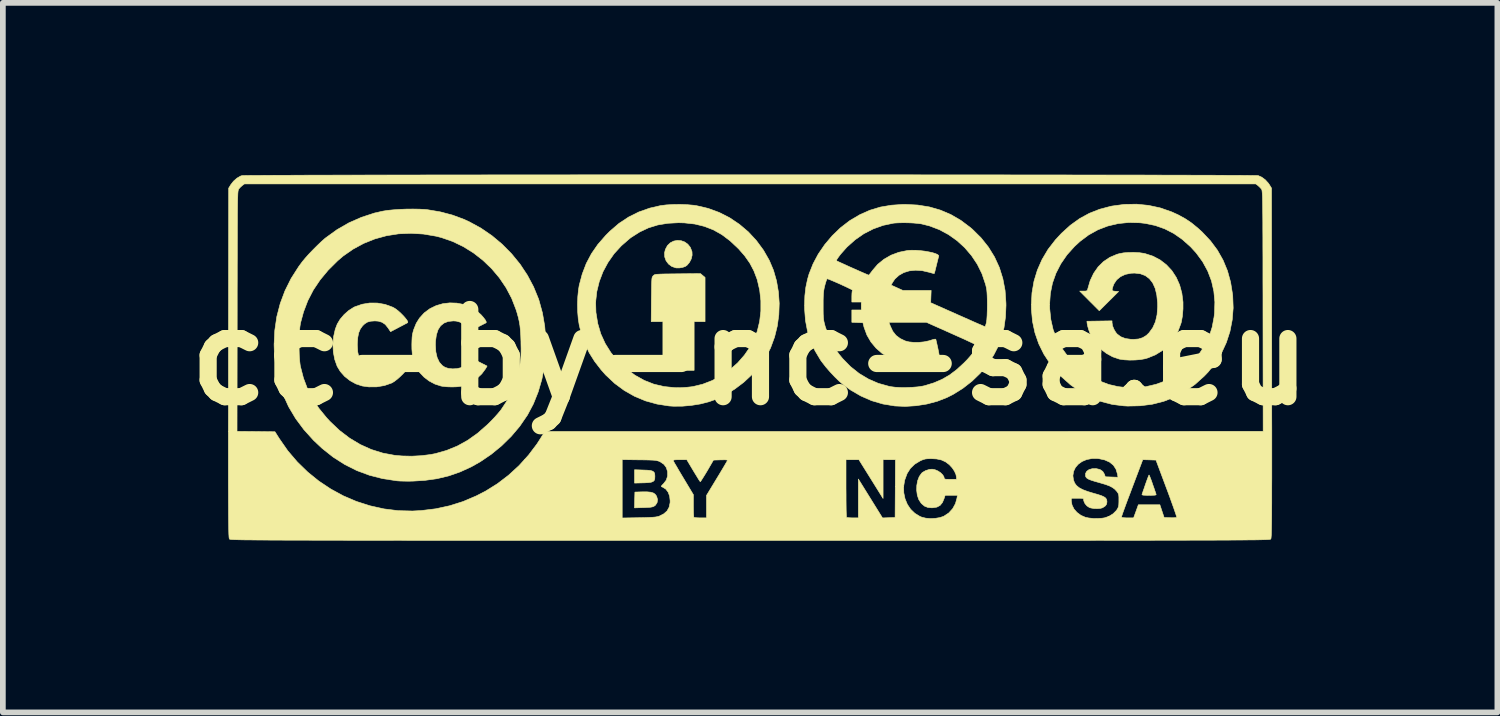
<source format=kicad_pcb>
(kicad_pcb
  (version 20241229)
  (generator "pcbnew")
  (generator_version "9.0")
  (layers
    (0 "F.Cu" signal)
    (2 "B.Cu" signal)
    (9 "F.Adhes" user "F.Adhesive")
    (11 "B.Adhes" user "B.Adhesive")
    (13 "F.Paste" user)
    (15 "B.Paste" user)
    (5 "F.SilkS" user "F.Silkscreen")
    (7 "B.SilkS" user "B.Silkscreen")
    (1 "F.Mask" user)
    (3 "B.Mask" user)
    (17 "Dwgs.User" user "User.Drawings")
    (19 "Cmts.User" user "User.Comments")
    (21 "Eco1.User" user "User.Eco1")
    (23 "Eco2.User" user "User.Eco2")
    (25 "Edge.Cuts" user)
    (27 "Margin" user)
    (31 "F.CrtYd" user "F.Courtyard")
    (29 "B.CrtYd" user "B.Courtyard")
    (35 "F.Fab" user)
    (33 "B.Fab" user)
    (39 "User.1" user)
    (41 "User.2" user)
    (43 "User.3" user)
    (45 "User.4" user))
  (footprint "cc-by-nc-sa.eu"
    (layer "F.Cu")
    (at 10.058 3.193)
    (property "Reference" "cc-by-nc-sa.eu" (at 0 0 0) (layer "F.SilkS") (effects (font (size 1.524 1.524) (thickness 0.3))))
    (attr through_hole)
    (fp_poly (pts (xy -1.868 1.971) (xy -1.791 1.974) (xy -1.736 1.98) (xy -1.7 1.992) (xy -1.678 2.01) (xy -1.667 2.037) (xy -1.664 2.076) (xy -1.664 2.083) (xy -1.666 2.123) (xy -1.675 2.152) (xy -1.695 2.171) (xy -1.729 2.184) (xy -1.781 2.191) (xy -1.854 2.195) (xy -1.868 2.195) (xy -2.019 2.199) (xy -2.019 1.966) (xy -1.868 1.971)) (stroke (width 0.01) (type solid)) (fill yes) (layer "F.SilkS"))
    (fp_poly (pts (xy -1.739 2.358) (xy -1.693 2.371) (xy -1.661 2.392) (xy -1.638 2.422) (xy -1.633 2.431) (xy -1.617 2.487) (xy -1.625 2.54) (xy -1.654 2.585) (xy -1.668 2.596) (xy -1.686 2.607) (xy -1.709 2.615) (xy -1.741 2.621) (xy -1.788 2.624) (xy -1.854 2.627) (xy -1.862 2.627) (xy -2.02 2.632) (xy -2.017 2.494) (xy -2.013 2.356) (xy -1.885 2.352) (xy -1.801 2.352) (xy -1.739 2.358)) (stroke (width 0.01) (type solid)) (fill yes) (layer "F.SilkS"))
    (fp_poly (pts (xy -1.206 -2.037) (xy -1.144 -2.015) (xy -1.089 -1.976) (xy -1.045 -1.921) (xy -1.017 -1.85) (xy -1.015 -1.843) (xy -1.013 -1.783) (xy -1.029 -1.717) (xy -1.061 -1.656) (xy -1.103 -1.607) (xy -1.132 -1.587) (xy -1.177 -1.571) (xy -1.233 -1.561) (xy -1.286 -1.561) (xy -1.296 -1.562) (xy -1.367 -1.586) (xy -1.425 -1.629) (xy -1.468 -1.686) (xy -1.492 -1.753) (xy -1.495 -1.825) (xy -1.48 -1.885) (xy -1.444 -1.952) (xy -1.394 -2) (xy -1.335 -2.03) (xy -1.271 -2.042) (xy -1.206 -2.037)) (stroke (width 0.01) (type solid)) (fill yes) (layer "F.SilkS"))
    (fp_poly (pts (xy -0.827 -1.428) (xy -0.787 -1.395) (xy -0.787 -0.622) (xy -0.978 -0.622) (xy -0.978 0.229) (xy -1.524 0.229) (xy -1.524 -0.622) (xy -1.728 -0.622) (xy -1.725 -1.009) (xy -1.723 -1.119) (xy -1.722 -1.205) (xy -1.721 -1.272) (xy -1.719 -1.323) (xy -1.717 -1.359) (xy -1.714 -1.384) (xy -1.709 -1.401) (xy -1.703 -1.412) (xy -1.696 -1.421) (xy -1.692 -1.425) (xy -1.683 -1.433) (xy -1.674 -1.44) (xy -1.66 -1.445) (xy -1.639 -1.449) (xy -1.609 -1.451) (xy -1.567 -1.453) (xy -1.509 -1.455) (xy -1.433 -1.456) (xy -1.336 -1.457) (xy -1.265 -1.458) (xy -0.867 -1.462) (xy -0.827 -1.428)) (stroke (width 0.01) (type solid)) (fill yes) (layer "F.SilkS"))
    (fp_poly (pts (xy 6.979 2.069) (xy 6.991 2.1) (xy 7.009 2.146) (xy 7.029 2.203) (xy 7.034 2.219) (xy 7.056 2.28) (xy 7.074 2.333) (xy 7.088 2.373) (xy 7.095 2.395) (xy 7.096 2.397) (xy 7.093 2.405) (xy 7.073 2.41) (xy 7.035 2.412) (xy 6.974 2.413) (xy 6.972 2.413) (xy 6.911 2.412) (xy 6.872 2.41) (xy 6.852 2.405) (xy 6.848 2.397) (xy 6.848 2.397) (xy 6.855 2.38) (xy 6.867 2.343) (xy 6.885 2.293) (xy 6.905 2.233) (xy 6.91 2.219) (xy 6.931 2.16) (xy 6.949 2.111) (xy 6.963 2.075) (xy 6.971 2.058) (xy 6.972 2.058) (xy 6.979 2.069)) (stroke (width 0.01) (type solid)) (fill yes) (layer "F.SilkS"))
    (fp_poly (pts (xy -6.512 -0.947) (xy -6.378 -0.923) (xy -6.251 -0.877) (xy -6.23 -0.867) (xy -6.192 -0.843) (xy -6.149 -0.81) (xy -6.104 -0.769) (xy -6.062 -0.727) (xy -6.025 -0.685) (xy -5.997 -0.649) (xy -5.982 -0.621) (xy -5.983 -0.605) (xy -5.995 -0.598) (xy -6.026 -0.582) (xy -6.071 -0.558) (xy -6.125 -0.53) (xy -6.136 -0.524) (xy -6.283 -0.447) (xy -6.326 -0.512) (xy -6.375 -0.573) (xy -6.431 -0.611) (xy -6.498 -0.631) (xy -6.557 -0.635) (xy -6.63 -0.63) (xy -6.686 -0.615) (xy -6.734 -0.585) (xy -6.772 -0.549) (xy -6.812 -0.493) (xy -6.84 -0.427) (xy -6.856 -0.346) (xy -6.863 -0.247) (xy -6.864 -0.216) (xy -6.857 -0.096) (xy -6.836 0.004) (xy -6.8 0.082) (xy -6.75 0.141) (xy -6.684 0.18) (xy -6.603 0.2) (xy -6.553 0.203) (xy -6.463 0.191) (xy -6.384 0.158) (xy -6.319 0.105) (xy -6.272 0.036) (xy -6.255 0.002) (xy -6.112 0.078) (xy -5.969 0.154) (xy -5.99 0.195) (xy -6.017 0.235) (xy -6.06 0.284) (xy -6.112 0.335) (xy -6.167 0.384) (xy -6.219 0.424) (xy -6.263 0.45) (xy -6.263 0.45) (xy -6.389 0.494) (xy -6.524 0.517) (xy -6.662 0.518) (xy -6.778 0.502) (xy -6.888 0.466) (xy -6.991 0.409) (xy -7.084 0.336) (xy -7.161 0.249) (xy -7.216 0.158) (xy -7.258 0.04) (xy -7.283 -0.09) (xy -7.29 -0.226) (xy -7.278 -0.361) (xy -7.249 -0.49) (xy -7.214 -0.581) (xy -7.164 -0.664) (xy -7.095 -0.745) (xy -7.015 -0.816) (xy -6.929 -0.871) (xy -6.907 -0.882) (xy -6.78 -0.926) (xy -6.647 -0.948) (xy -6.512 -0.947)) (stroke (width 0.01) (type solid)) (fill yes) (layer "F.SilkS"))
    (fp_poly (pts (xy -5.126 -0.946) (xy -5.006 -0.923) (xy -4.893 -0.882) (xy -4.791 -0.822) (xy -4.704 -0.745) (xy -4.66 -0.695) (xy -4.628 -0.653) (xy -4.612 -0.622) (xy -4.611 -0.605) (xy -4.611 -0.605) (xy -4.625 -0.596) (xy -4.657 -0.58) (xy -4.7 -0.558) (xy -4.75 -0.533) (xy -4.801 -0.508) (xy -4.848 -0.486) (xy -4.885 -0.468) (xy -4.908 -0.459) (xy -4.912 -0.457) (xy -4.923 -0.467) (xy -4.944 -0.492) (xy -4.959 -0.513) (xy -5.009 -0.575) (xy -5.067 -0.613) (xy -5.136 -0.632) (xy -5.186 -0.635) (xy -5.276 -0.626) (xy -5.35 -0.597) (xy -5.409 -0.549) (xy -5.453 -0.481) (xy -5.482 -0.392) (xy -5.497 -0.283) (xy -5.499 -0.216) (xy -5.492 -0.095) (xy -5.469 0.005) (xy -5.431 0.086) (xy -5.378 0.146) (xy -5.329 0.177) (xy -5.269 0.196) (xy -5.197 0.203) (xy -5.124 0.199) (xy -5.059 0.184) (xy -5.048 0.18) (xy -5.001 0.15) (xy -4.955 0.107) (xy -4.918 0.06) (xy -4.901 0.029) (xy -4.89 0.007) (xy -4.877 0.006) (xy -4.86 0.016) (xy -4.837 0.03) (xy -4.797 0.051) (xy -4.747 0.077) (xy -4.714 0.094) (xy -4.596 0.154) (xy -4.625 0.204) (xy -4.689 0.29) (xy -4.772 0.368) (xy -4.868 0.434) (xy -4.97 0.483) (xy -5.052 0.507) (xy -5.123 0.516) (xy -5.208 0.519) (xy -5.297 0.516) (xy -5.378 0.507) (xy -5.405 0.502) (xy -5.509 0.468) (xy -5.609 0.415) (xy -5.699 0.346) (xy -5.775 0.266) (xy -5.831 0.178) (xy -5.833 0.175) (xy -5.866 0.098) (xy -5.889 0.024) (xy -5.903 -0.053) (xy -5.91 -0.143) (xy -5.911 -0.222) (xy -5.909 -0.297) (xy -5.906 -0.353) (xy -5.9 -0.399) (xy -5.89 -0.442) (xy -5.877 -0.486) (xy -5.834 -0.593) (xy -5.778 -0.683) (xy -5.704 -0.765) (xy -5.692 -0.777) (xy -5.595 -0.849) (xy -5.486 -0.902) (xy -5.369 -0.936) (xy -5.248 -0.95) (xy -5.126 -0.946)) (stroke (width 0.01) (type solid)) (fill yes) (layer "F.SilkS"))
    (fp_poly (pts (xy 6.803 -1.827) (xy 6.885 -1.815) (xy 6.902 -1.811) (xy 7.041 -1.766) (xy 7.166 -1.7) (xy 7.276 -1.615) (xy 7.37 -1.514) (xy 7.447 -1.396) (xy 7.506 -1.264) (xy 7.545 -1.12) (xy 7.565 -0.964) (xy 7.565 -0.845) (xy 7.555 -0.721) (xy 7.537 -0.62) (xy 7.531 -0.597) (xy 7.478 -0.454) (xy 7.405 -0.326) (xy 7.313 -0.213) (xy 7.205 -0.118) (xy 7.082 -0.042) (xy 6.946 0.013) (xy 6.901 0.026) (xy 6.824 0.04) (xy 6.732 0.048) (xy 6.635 0.05) (xy 6.543 0.045) (xy 6.463 0.034) (xy 6.449 0.031) (xy 6.335 -0.008) (xy 6.225 -0.069) (xy 6.124 -0.146) (xy 6.04 -0.236) (xy 6.006 -0.283) (xy 5.976 -0.337) (xy 5.946 -0.404) (xy 5.919 -0.475) (xy 5.9 -0.541) (xy 5.89 -0.591) (xy 5.886 -0.629) (xy 6.325 -0.636) (xy 6.325 -0.606) (xy 6.333 -0.551) (xy 6.357 -0.491) (xy 6.39 -0.435) (xy 6.414 -0.406) (xy 6.478 -0.358) (xy 6.559 -0.327) (xy 6.657 -0.313) (xy 6.699 -0.312) (xy 6.788 -0.319) (xy 6.861 -0.342) (xy 6.926 -0.382) (xy 6.973 -0.428) (xy 7.037 -0.516) (xy 7.084 -0.621) (xy 7.112 -0.743) (xy 7.122 -0.882) (xy 7.121 -0.953) (xy 7.107 -1.088) (xy 7.079 -1.204) (xy 7.036 -1.299) (xy 6.978 -1.373) (xy 6.906 -1.427) (xy 6.82 -1.459) (xy 6.72 -1.471) (xy 6.655 -1.468) (xy 6.557 -1.448) (xy 6.474 -1.409) (xy 6.407 -1.354) (xy 6.359 -1.283) (xy 6.344 -1.246) (xy 6.33 -1.201) (xy 6.327 -1.174) (xy 6.338 -1.16) (xy 6.364 -1.155) (xy 6.382 -1.153) (xy 6.44 -1.149) (xy 6.271 -0.981) (xy 6.102 -0.813) (xy 5.931 -0.984) (xy 5.76 -1.156) (xy 5.826 -1.156) (xy 5.865 -1.157) (xy 5.886 -1.162) (xy 5.896 -1.176) (xy 5.9 -1.191) (xy 5.943 -1.338) (xy 6.004 -1.467) (xy 6.082 -1.579) (xy 6.175 -1.671) (xy 6.285 -1.745) (xy 6.409 -1.798) (xy 6.452 -1.81) (xy 6.525 -1.824) (xy 6.614 -1.831) (xy 6.709 -1.832) (xy 6.803 -1.827)) (stroke (width 0.01) (type solid)) (fill yes) (layer "F.SilkS"))
    (fp_poly (pts (xy 6.962 -2.654) (xy 7.167 -2.61) (xy 7.365 -2.541) (xy 7.48 -2.489) (xy 7.602 -2.422) (xy 7.714 -2.347) (xy 7.823 -2.258) (xy 7.899 -2.189) (xy 8.044 -2.035) (xy 8.166 -1.872) (xy 8.265 -1.697) (xy 8.342 -1.511) (xy 8.397 -1.312) (xy 8.431 -1.099) (xy 8.434 -1.073) (xy 8.442 -0.861) (xy 8.425 -0.653) (xy 8.386 -0.452) (xy 8.323 -0.258) (xy 8.238 -0.074) (xy 8.132 0.099) (xy 8.004 0.259) (xy 7.937 0.329) (xy 7.774 0.475) (xy 7.602 0.597) (xy 7.42 0.695) (xy 7.229 0.77) (xy 7.028 0.821) (xy 6.818 0.848) (xy 6.598 0.853) (xy 6.528 0.849) (xy 6.328 0.824) (xy 6.135 0.774) (xy 5.949 0.7) (xy 5.77 0.603) (xy 5.6 0.482) (xy 5.438 0.338) (xy 5.384 0.282) (xy 5.247 0.119) (xy 5.134 -0.054) (xy 5.044 -0.236) (xy 4.978 -0.427) (xy 4.935 -0.628) (xy 4.916 -0.839) (xy 4.915 -0.91) (xy 4.916 -0.925) (xy 5.234 -0.925) (xy 5.236 -0.846) (xy 5.255 -0.66) (xy 5.295 -0.485) (xy 5.358 -0.321) (xy 5.444 -0.164) (xy 5.554 -0.014) (xy 5.638 0.081) (xy 5.781 0.213) (xy 5.934 0.324) (xy 6.097 0.411) (xy 6.268 0.476) (xy 6.429 0.513) (xy 6.539 0.526) (xy 6.661 0.531) (xy 6.783 0.528) (xy 6.894 0.518) (xy 6.917 0.514) (xy 7.093 0.473) (xy 7.258 0.413) (xy 7.414 0.331) (xy 7.562 0.227) (xy 7.705 0.099) (xy 7.738 0.065) (xy 7.856 -0.071) (xy 7.95 -0.213) (xy 8.023 -0.364) (xy 8.075 -0.526) (xy 8.108 -0.702) (xy 8.116 -0.769) (xy 8.122 -0.965) (xy 8.104 -1.154) (xy 8.063 -1.335) (xy 7.997 -1.507) (xy 7.908 -1.67) (xy 7.795 -1.824) (xy 7.697 -1.931) (xy 7.553 -2.059) (xy 7.404 -2.163) (xy 7.246 -2.244) (xy 7.079 -2.303) (xy 6.9 -2.34) (xy 6.812 -2.35) (xy 6.617 -2.355) (xy 6.429 -2.336) (xy 6.249 -2.293) (xy 6.077 -2.227) (xy 5.915 -2.137) (xy 5.763 -2.023) (xy 5.67 -1.937) (xy 5.537 -1.789) (xy 5.429 -1.632) (xy 5.345 -1.468) (xy 5.284 -1.296) (xy 5.247 -1.115) (xy 5.234 -0.925) (xy 4.916 -0.925) (xy 4.926 -1.124) (xy 4.961 -1.328) (xy 5.02 -1.522) (xy 5.102 -1.708) (xy 5.207 -1.885) (xy 5.337 -2.053) (xy 5.442 -2.166) (xy 5.596 -2.306) (xy 5.757 -2.422) (xy 5.927 -2.515) (xy 6.107 -2.586) (xy 6.3 -2.637) (xy 6.324 -2.642) (xy 6.539 -2.671) (xy 6.753 -2.675) (xy 6.962 -2.654)) (stroke (width 0.01) (type solid)) (fill yes) (layer "F.SilkS"))
    (fp_poly (pts (xy -1.098 -2.666) (xy -0.985 -2.656) (xy -0.933 -2.648) (xy -0.732 -2.601) (xy -0.539 -2.53) (xy -0.358 -2.438) (xy -0.188 -2.324) (xy -0.032 -2.192) (xy 0.109 -2.04) (xy 0.233 -1.872) (xy 0.336 -1.692) (xy 0.409 -1.519) (xy 0.462 -1.334) (xy 0.495 -1.14) (xy 0.509 -0.942) (xy 0.502 -0.742) (xy 0.475 -0.545) (xy 0.428 -0.354) (xy 0.361 -0.172) (xy 0.35 -0.147) (xy 0.264 0.011) (xy 0.156 0.164) (xy 0.029 0.307) (xy -0.113 0.439) (xy -0.268 0.556) (xy -0.431 0.656) (xy -0.601 0.736) (xy -0.724 0.779) (xy -0.869 0.816) (xy -1.025 0.841) (xy -1.183 0.855) (xy -1.335 0.856) (xy -1.416 0.851) (xy -1.626 0.818) (xy -1.828 0.762) (xy -2.018 0.683) (xy -2.198 0.581) (xy -2.366 0.457) (xy -2.522 0.311) (xy -2.601 0.222) (xy -2.717 0.072) (xy -2.811 -0.078) (xy -2.886 -0.233) (xy -2.945 -0.399) (xy -2.986 -0.563) (xy -3.003 -0.671) (xy -3.013 -0.794) (xy -3.016 -0.926) (xy -3.014 -0.967) (xy -2.699 -0.967) (xy -2.694 -0.786) (xy -2.693 -0.778) (xy -2.662 -0.588) (xy -2.609 -0.408) (xy -2.532 -0.24) (xy -2.433 -0.082) (xy -2.311 0.064) (xy -2.165 0.201) (xy -2.164 0.202) (xy -2.01 0.315) (xy -1.851 0.404) (xy -1.683 0.47) (xy -1.506 0.512) (xy -1.319 0.531) (xy -1.263 0.532) (xy -1.188 0.531) (xy -1.106 0.525) (xy -1.031 0.517) (xy -1.002 0.513) (xy -0.828 0.471) (xy -0.66 0.406) (xy -0.5 0.321) (xy -0.352 0.217) (xy -0.217 0.098) (xy -0.099 -0.037) (xy 0.002 -0.183) (xy 0.082 -0.34) (xy 0.126 -0.457) (xy 0.167 -0.627) (xy 0.188 -0.806) (xy 0.188 -0.988) (xy 0.168 -1.17) (xy 0.128 -1.343) (xy 0.121 -1.367) (xy 0.066 -1.511) (xy -0.004 -1.644) (xy -0.094 -1.772) (xy -0.205 -1.899) (xy -0.209 -1.902) (xy -0.349 -2.034) (xy -0.492 -2.142) (xy -0.641 -2.226) (xy -0.798 -2.287) (xy -0.965 -2.328) (xy -1.146 -2.348) (xy -1.251 -2.351) (xy -1.439 -2.341) (xy -1.613 -2.312) (xy -1.775 -2.262) (xy -1.928 -2.19) (xy -2.076 -2.096) (xy -2.105 -2.074) (xy -2.25 -1.948) (xy -2.377 -1.809) (xy -2.484 -1.656) (xy -2.571 -1.494) (xy -2.636 -1.323) (xy -2.679 -1.147) (xy -2.699 -0.967) (xy -3.014 -0.967) (xy -3.011 -1.056) (xy -2.999 -1.177) (xy -2.986 -1.257) (xy -2.933 -1.455) (xy -2.863 -1.638) (xy -2.772 -1.81) (xy -2.66 -1.972) (xy -2.524 -2.128) (xy -2.449 -2.203) (xy -2.291 -2.339) (xy -2.123 -2.45) (xy -1.944 -2.539) (xy -1.754 -2.606) (xy -1.568 -2.649) (xy -1.466 -2.662) (xy -1.347 -2.669) (xy -1.222 -2.671) (xy -1.098 -2.666)) (stroke (width 0.01) (type solid)) (fill yes) (layer "F.SilkS"))
    (fp_poly (pts (xy -5.78 -2.588) (xy -5.684 -2.583) (xy -5.642 -2.579) (xy -5.416 -2.541) (xy -5.203 -2.485) (xy -5 -2.41) (xy -4.909 -2.368) (xy -4.705 -2.257) (xy -4.512 -2.125) (xy -4.333 -1.975) (xy -4.168 -1.808) (xy -4.02 -1.627) (xy -3.892 -1.434) (xy -3.784 -1.231) (xy -3.698 -1.021) (xy -3.691 -1.001) (xy -3.629 -0.775) (xy -3.589 -0.544) (xy -3.57 -0.31) (xy -3.572 -0.075) (xy -3.595 0.158) (xy -3.639 0.386) (xy -3.703 0.605) (xy -3.787 0.815) (xy -3.891 1.011) (xy -3.899 1.022) (xy -4.026 1.207) (xy -4.175 1.383) (xy -4.342 1.547) (xy -4.524 1.696) (xy -4.717 1.827) (xy -4.873 1.915) (xy -5.068 2.004) (xy -5.266 2.073) (xy -5.471 2.122) (xy -5.687 2.152) (xy -5.883 2.164) (xy -5.961 2.166) (xy -6.041 2.165) (xy -6.116 2.163) (xy -6.175 2.159) (xy -6.179 2.158) (xy -6.421 2.121) (xy -6.652 2.062) (xy -6.873 1.98) (xy -7.084 1.874) (xy -7.286 1.745) (xy -7.479 1.592) (xy -7.628 1.452) (xy -7.797 1.265) (xy -7.942 1.07) (xy -8.064 0.865) (xy -8.161 0.651) (xy -8.235 0.428) (xy -8.286 0.196) (xy -8.313 -0.047) (xy -8.318 -0.22) (xy -8.317 -0.24) (xy -7.882 -0.24) (xy -7.881 -0.132) (xy -7.878 -0.029) (xy -7.871 0.064) (xy -7.862 0.14) (xy -7.857 0.165) (xy -7.805 0.365) (xy -7.735 0.551) (xy -7.645 0.726) (xy -7.534 0.894) (xy -7.401 1.057) (xy -7.341 1.122) (xy -7.174 1.28) (xy -6.998 1.414) (xy -6.813 1.525) (xy -6.62 1.612) (xy -6.419 1.675) (xy -6.21 1.714) (xy -6.083 1.725) (xy -5.912 1.729) (xy -5.742 1.72) (xy -5.583 1.7) (xy -5.5 1.684) (xy -5.303 1.628) (xy -5.115 1.551) (xy -4.936 1.452) (xy -4.763 1.329) (xy -4.595 1.182) (xy -4.58 1.168) (xy -4.521 1.109) (xy -4.461 1.046) (xy -4.406 0.984) (xy -4.362 0.931) (xy -4.349 0.914) (xy -4.237 0.744) (xy -4.146 0.558) (xy -4.076 0.36) (xy -4.027 0.15) (xy -4.024 0.138) (xy -4.015 0.078) (xy -4.008 0.025) (xy -4.004 -0.028) (xy -4.002 -0.086) (xy -4.002 -0.156) (xy -4.004 -0.244) (xy -4.004 -0.273) (xy -4.008 -0.383) (xy -4.014 -0.474) (xy -4.022 -0.552) (xy -4.034 -0.624) (xy -4.05 -0.696) (xy -4.072 -0.775) (xy -4.092 -0.838) (xy -4.167 -1.031) (xy -4.264 -1.215) (xy -4.381 -1.388) (xy -4.516 -1.548) (xy -4.667 -1.693) (xy -4.832 -1.822) (xy -5.01 -1.933) (xy -5.197 -2.023) (xy -5.392 -2.091) (xy -5.485 -2.115) (xy -5.707 -2.153) (xy -5.926 -2.166) (xy -6.142 -2.157) (xy -6.353 -2.124) (xy -6.557 -2.068) (xy -6.752 -1.99) (xy -6.937 -1.89) (xy -7.111 -1.769) (xy -7.207 -1.687) (xy -7.373 -1.522) (xy -7.514 -1.352) (xy -7.633 -1.175) (xy -7.729 -0.989) (xy -7.804 -0.792) (xy -7.857 -0.597) (xy -7.867 -0.531) (xy -7.875 -0.445) (xy -7.88 -0.346) (xy -7.882 -0.24) (xy -8.317 -0.24) (xy -8.306 -0.469) (xy -8.271 -0.708) (xy -8.211 -0.939) (xy -8.128 -1.161) (xy -8.021 -1.376) (xy -7.889 -1.583) (xy -7.825 -1.67) (xy -7.775 -1.73) (xy -7.712 -1.801) (xy -7.64 -1.876) (xy -7.565 -1.951) (xy -7.494 -2.019) (xy -7.431 -2.075) (xy -7.417 -2.086) (xy -7.221 -2.228) (xy -7.013 -2.348) (xy -6.793 -2.445) (xy -6.564 -2.52) (xy -6.419 -2.553) (xy -6.338 -2.566) (xy -6.238 -2.576) (xy -6.125 -2.584) (xy -6.007 -2.589) (xy -5.89 -2.59) (xy -5.78 -2.588)) (stroke (width 0.01) (type solid)) (fill yes) (layer "F.SilkS"))
    (fp_poly (pts (xy 2.928 -2.66) (xy 3.133 -2.627) (xy 3.326 -2.571) (xy 3.509 -2.493) (xy 3.684 -2.391) (xy 3.85 -2.266) (xy 3.883 -2.238) (xy 4.035 -2.088) (xy 4.164 -1.926) (xy 4.271 -1.753) (xy 4.356 -1.568) (xy 4.417 -1.372) (xy 4.456 -1.166) (xy 4.471 -0.949) (xy 4.472 -0.908) (xy 4.463 -0.705) (xy 4.437 -0.517) (xy 4.392 -0.341) (xy 4.327 -0.174) (xy 4.256 -0.036) (xy 4.15 0.125) (xy 4.023 0.278) (xy 3.878 0.418) (xy 3.718 0.543) (xy 3.548 0.649) (xy 3.439 0.704) (xy 3.272 0.769) (xy 3.091 0.817) (xy 2.902 0.847) (xy 2.712 0.859) (xy 2.526 0.851) (xy 2.523 0.85) (xy 2.321 0.817) (xy 2.124 0.759) (xy 1.936 0.677) (xy 1.757 0.573) (xy 1.633 0.483) (xy 1.56 0.421) (xy 1.481 0.344) (xy 1.401 0.259) (xy 1.326 0.173) (xy 1.263 0.092) (xy 1.234 0.053) (xy 1.135 -0.113) (xy 1.058 -0.282) (xy 1.003 -0.457) (xy 0.968 -0.641) (xy 0.953 -0.838) (xy 0.952 -0.908) (xy 0.952 -0.912) (xy 1.277 -0.912) (xy 1.277 -0.902) (xy 1.277 -0.816) (xy 1.278 -0.75) (xy 1.281 -0.699) (xy 1.285 -0.656) (xy 1.292 -0.617) (xy 1.303 -0.575) (xy 1.311 -0.542) (xy 1.371 -0.369) (xy 1.449 -0.21) (xy 1.55 -0.059) (xy 1.616 0.022) (xy 1.755 0.164) (xy 1.906 0.284) (xy 2.068 0.381) (xy 2.241 0.456) (xy 2.424 0.507) (xy 2.457 0.514) (xy 2.536 0.524) (xy 2.63 0.529) (xy 2.733 0.529) (xy 2.837 0.525) (xy 2.935 0.517) (xy 3.019 0.504) (xy 3.054 0.496) (xy 3.213 0.447) (xy 3.355 0.386) (xy 3.486 0.31) (xy 3.611 0.216) (xy 3.737 0.1) (xy 3.741 0.096) (xy 3.796 0.04) (xy 3.848 -0.019) (xy 3.895 -0.076) (xy 3.933 -0.126) (xy 3.961 -0.168) (xy 3.974 -0.196) (xy 3.975 -0.201) (xy 3.964 -0.209) (xy 3.932 -0.225) (xy 3.882 -0.25) (xy 3.816 -0.281) (xy 3.737 -0.318) (xy 3.647 -0.358) (xy 3.549 -0.402) (xy 3.529 -0.411) (xy 3.083 -0.61) (xy 2.426 -0.61) (xy 2.451 -0.544) (xy 2.494 -0.453) (xy 2.55 -0.382) (xy 2.623 -0.327) (xy 2.711 -0.285) (xy 2.778 -0.268) (xy 2.86 -0.26) (xy 2.95 -0.26) (xy 3.04 -0.269) (xy 3.121 -0.286) (xy 3.148 -0.294) (xy 3.202 -0.311) (xy 3.235 -0.317) (xy 3.246 -0.312) (xy 3.25 -0.295) (xy 3.259 -0.258) (xy 3.27 -0.208) (xy 3.282 -0.153) (xy 3.295 -0.089) (xy 3.303 -0.045) (xy 3.302 -0.016) (xy 3.292 0.003) (xy 3.271 0.017) (xy 3.236 0.031) (xy 3.213 0.039) (xy 3.085 0.078) (xy 2.948 0.098) (xy 2.851 0.101) (xy 2.73 0.096) (xy 2.623 0.078) (xy 2.521 0.047) (xy 2.426 0.005) (xy 2.306 -0.068) (xy 2.201 -0.16) (xy 2.112 -0.267) (xy 2.042 -0.387) (xy 1.994 -0.517) (xy 1.989 -0.533) (xy 1.972 -0.603) (xy 1.875 -0.607) (xy 1.778 -0.611) (xy 1.778 -0.826) (xy 1.943 -0.826) (xy 1.943 -0.965) (xy 1.778 -0.965) (xy 1.778 -1.066) (xy 1.78 -1.118) (xy 1.784 -1.155) (xy 1.791 -1.171) (xy 1.792 -1.171) (xy 1.784 -1.177) (xy 1.758 -1.191) (xy 1.717 -1.211) (xy 1.665 -1.236) (xy 1.606 -1.263) (xy 1.545 -1.291) (xy 1.485 -1.317) (xy 1.431 -1.34) (xy 1.388 -1.358) (xy 1.358 -1.369) (xy 1.348 -1.372) (xy 1.34 -1.36) (xy 1.328 -1.329) (xy 1.314 -1.284) (xy 1.306 -1.254) (xy 1.295 -1.208) (xy 1.287 -1.164) (xy 1.282 -1.119) (xy 1.279 -1.065) (xy 1.277 -0.998) (xy 1.277 -0.912) (xy 0.952 -0.912) (xy 0.957 -1.073) (xy 0.974 -1.222) (xy 1.004 -1.363) (xy 1.03 -1.454) (xy 1.1 -1.631) (xy 1.13 -1.688) (xy 1.508 -1.688) (xy 1.522 -1.68) (xy 1.554 -1.665) (xy 1.602 -1.643) (xy 1.662 -1.616) (xy 1.729 -1.585) (xy 1.799 -1.554) (xy 1.869 -1.523) (xy 1.934 -1.494) (xy 1.992 -1.469) (xy 2.036 -1.45) (xy 2.065 -1.438) (xy 2.074 -1.435) (xy 2.084 -1.445) (xy 2.104 -1.47) (xy 2.132 -1.507) (xy 2.14 -1.518) (xy 2.23 -1.623) (xy 2.339 -1.712) (xy 2.462 -1.783) (xy 2.598 -1.834) (xy 2.744 -1.864) (xy 2.758 -1.866) (xy 2.825 -1.87) (xy 2.898 -1.869) (xy 2.976 -1.863) (xy 3.052 -1.854) (xy 3.125 -1.841) (xy 3.19 -1.827) (xy 3.243 -1.81) (xy 3.279 -1.793) (xy 3.297 -1.775) (xy 3.297 -1.768) (xy 3.291 -1.747) (xy 3.281 -1.708) (xy 3.268 -1.656) (xy 3.256 -1.607) (xy 3.242 -1.551) (xy 3.231 -1.505) (xy 3.222 -1.474) (xy 3.219 -1.463) (xy 3.206 -1.464) (xy 3.175 -1.472) (xy 3.133 -1.484) (xy 3.129 -1.485) (xy 3.008 -1.513) (xy 2.892 -1.521) (xy 2.784 -1.51) (xy 2.686 -1.48) (xy 2.601 -1.432) (xy 2.531 -1.368) (xy 2.492 -1.311) (xy 2.464 -1.261) (xy 2.669 -1.168) (xy 3.164 -1.168) (xy 3.16 -1.061) (xy 3.156 -0.953) (xy 3.626 -0.744) (xy 3.728 -0.699) (xy 3.823 -0.657) (xy 3.908 -0.619) (xy 3.981 -0.587) (xy 4.04 -0.562) (xy 4.081 -0.544) (xy 4.102 -0.535) (xy 4.104 -0.534) (xy 4.112 -0.545) (xy 4.121 -0.574) (xy 4.13 -0.606) (xy 4.137 -0.657) (xy 4.142 -0.731) (xy 4.145 -0.829) (xy 4.146 -0.921) (xy 4.145 -1.009) (xy 4.143 -1.076) (xy 4.14 -1.13) (xy 4.136 -1.174) (xy 4.129 -1.215) (xy 4.119 -1.258) (xy 4.111 -1.285) (xy 4.052 -1.46) (xy 3.971 -1.624) (xy 3.87 -1.776) (xy 3.751 -1.915) (xy 3.616 -2.038) (xy 3.467 -2.144) (xy 3.307 -2.23) (xy 3.136 -2.295) (xy 2.992 -2.331) (xy 2.93 -2.339) (xy 2.851 -2.346) (xy 2.762 -2.35) (xy 2.672 -2.351) (xy 2.589 -2.349) (xy 2.521 -2.345) (xy 2.505 -2.343) (xy 2.325 -2.305) (xy 2.152 -2.243) (xy 1.988 -2.159) (xy 1.834 -2.052) (xy 1.691 -1.924) (xy 1.581 -1.8) (xy 1.548 -1.756) (xy 1.523 -1.72) (xy 1.509 -1.696) (xy 1.508 -1.688) (xy 1.13 -1.688) (xy 1.192 -1.804) (xy 1.305 -1.969) (xy 1.434 -2.122) (xy 1.578 -2.261) (xy 1.733 -2.381) (xy 1.751 -2.393) (xy 1.919 -2.492) (xy 2.093 -2.569) (xy 2.275 -2.624) (xy 2.469 -2.657) (xy 2.675 -2.671) (xy 2.711 -2.671) (xy 2.928 -2.66)) (stroke (width 0.01) (type solid)) (fill yes) (layer "F.SilkS"))
    (fp_poly (pts (xy 0.328 -3.188) (xy 0.739 -3.188) (xy 1.149 -3.188) (xy 1.557 -3.188) (xy 1.962 -3.188) (xy 2.363 -3.188) (xy 2.759 -3.188) (xy 3.15 -3.187) (xy 3.535 -3.187) (xy 3.913 -3.187) (xy 4.283 -3.187) (xy 4.645 -3.186) (xy 4.997 -3.186) (xy 5.34 -3.186) (xy 5.671 -3.185) (xy 5.991 -3.185) (xy 6.298 -3.184) (xy 6.592 -3.184) (xy 6.872 -3.184) (xy 7.138 -3.183) (xy 7.387 -3.182) (xy 7.62 -3.182) (xy 7.836 -3.181) (xy 8.035 -3.181) (xy 8.214 -3.18) (xy 8.373 -3.179) (xy 8.513 -3.179) (xy 8.631 -3.178) (xy 8.727 -3.177) (xy 8.801 -3.176) (xy 8.851 -3.176) (xy 8.877 -3.175) (xy 8.88 -3.174) (xy 8.941 -3.147) (xy 9.002 -3.102) (xy 9.055 -3.044) (xy 9.074 -3.017) (xy 9.112 -2.955) (xy 9.116 0.099) (xy 9.116 0.429) (xy 9.116 0.735) (xy 9.116 1.016) (xy 9.117 1.275) (xy 9.117 1.513) (xy 9.117 1.73) (xy 9.117 1.927) (xy 9.117 2.105) (xy 9.116 2.266) (xy 9.116 2.41) (xy 9.116 2.537) (xy 9.115 2.65) (xy 9.115 2.749) (xy 9.114 2.834) (xy 9.113 2.907) (xy 9.112 2.969) (xy 9.111 3.021) (xy 9.11 3.063) (xy 9.109 3.097) (xy 9.107 3.124) (xy 9.105 3.144) (xy 9.104 3.158) (xy 9.102 3.168) (xy 9.1 3.174) (xy 9.098 3.177) (xy 9.096 3.179) (xy 9.093 3.18) (xy 9.088 3.181) (xy 9.08 3.183) (xy 9.07 3.184) (xy 9.056 3.185) (xy 9.037 3.186) (xy 9.015 3.187) (xy 8.987 3.188) (xy 8.953 3.189) (xy 8.913 3.19) (xy 8.867 3.191) (xy 8.812 3.192) (xy 8.75 3.192) (xy 8.68 3.193) (xy 8.6 3.194) (xy 8.511 3.194) (xy 8.412 3.195) (xy 8.302 3.196) (xy 8.181 3.196) (xy 8.048 3.197) (xy 7.903 3.197) (xy 7.745 3.197) (xy 7.573 3.198) (xy 7.388 3.198) (xy 7.188 3.198) (xy 6.973 3.199) (xy 6.742 3.199) (xy 6.496 3.199) (xy 6.232 3.199) (xy 5.951 3.2) (xy 5.653 3.2) (xy 5.336 3.2) (xy 5 3.2) (xy 4.645 3.2) (xy 4.27 3.2) (xy 3.874 3.2) (xy 3.457 3.2) (xy 3.018 3.2) (xy 2.558 3.2) (xy 2.074 3.2) (xy 1.567 3.2) (xy 1.037 3.2) (xy 0.482 3.2) (xy -0.000001 3.2) (xy -0.576 3.2) (xy -1.127 3.2) (xy -1.653 3.2) (xy -2.156 3.2) (xy -2.636 3.2) (xy -3.093 3.2) (xy -3.528 3.2) (xy -3.941 3.2) (xy -4.334 3.2) (xy -4.705 3.2) (xy -5.057 3.2) (xy -5.39 3.2) (xy -5.704 3.2) (xy -5.999 3.2) (xy -6.277 3.199) (xy -6.538 3.199) (xy -6.782 3.199) (xy -7.01 3.199) (xy -7.222 3.198) (xy -7.42 3.198) (xy -7.603 3.198) (xy -7.772 3.197) (xy -7.928 3.197) (xy -8.071 3.197) (xy -8.202 3.196) (xy -8.321 3.196) (xy -8.429 3.195) (xy -8.527 3.194) (xy -8.614 3.194) (xy -8.692 3.193) (xy -8.761 3.192) (xy -8.822 3.192) (xy -8.875 3.191) (xy -8.92 3.19) (xy -8.959 3.189) (xy -8.992 3.188) (xy -9.019 3.187) (xy -9.041 3.186) (xy -9.058 3.185) (xy -9.072 3.184) (xy -9.082 3.182) (xy -9.089 3.181) (xy -9.093 3.18) (xy -9.096 3.178) (xy -9.098 3.177) (xy -9.1 3.173) (xy -9.102 3.167) (xy -9.104 3.156) (xy -9.106 3.141) (xy -9.107 3.12) (xy -9.109 3.092) (xy -9.11 3.057) (xy -9.111 3.013) (xy -9.112 2.959) (xy -9.113 2.896) (xy -9.114 2.82) (xy -9.114 2.809) (xy -2.235 2.809) (xy -1.94 2.804) (xy -1.839 2.802) (xy -1.76 2.799) (xy -1.7 2.796) (xy -1.655 2.792) (xy -1.621 2.786) (xy -1.595 2.779) (xy -1.588 2.777) (xy -1.509 2.737) (xy -1.451 2.686) (xy -1.415 2.621) (xy -1.398 2.542) (xy -1.397 2.508) (xy -1.406 2.427) (xy -1.432 2.358) (xy -1.473 2.304) (xy -1.528 2.27) (xy -1.538 2.266) (xy -1.551 2.26) (xy -1.55 2.25) (xy -1.534 2.231) (xy -1.512 2.209) (xy -1.465 2.148) (xy -1.442 2.077) (xy -1.442 1.999) (xy -1.464 1.928) (xy -1.505 1.872) (xy -1.568 1.829) (xy -1.568 1.829) (xy -1.589 1.819) (xy -1.61 1.811) (xy -1.633 1.805) (xy -1.64 1.804) (xy -1.343 1.804) (xy -1.341 1.811) (xy -1.333 1.827) (xy -1.313 1.862) (xy -1.283 1.912) (xy -1.247 1.975) (xy -1.204 2.047) (xy -1.162 2.117) (xy -0.991 2.402) (xy -0.991 2.596) (xy -0.99 2.664) (xy -0.989 2.722) (xy -0.986 2.767) (xy -0.984 2.793) (xy -0.982 2.798) (xy -0.966 2.802) (xy -0.932 2.805) (xy -0.885 2.807) (xy -0.868 2.807) (xy -0.762 2.807) (xy -0.762 2.415) (xy -0.583 2.12) (xy -0.535 2.041) (xy -0.492 1.969) (xy -0.455 1.907) (xy -0.426 1.857) (xy -0.406 1.823) (xy -0.397 1.807) (xy -0.397 1.807) (xy -0.399 1.799) (xy -0.412 1.794) (xy -0.443 1.792) (xy -0.493 1.793) (xy -0.515 1.793) (xy -0.64 1.797) (xy -0.751 1.988) (xy -0.788 2.049) (xy -0.821 2.102) (xy -0.847 2.143) (xy -0.864 2.169) (xy -0.871 2.175) (xy -0.879 2.164) (xy -0.899 2.135) (xy -0.926 2.09) (xy -0.96 2.035) (xy -0.992 1.982) (xy -1.106 1.791) (xy 1.676 1.791) (xy 1.676 2.29) (xy 1.677 2.4) (xy 1.677 2.503) (xy 1.678 2.594) (xy 1.679 2.672) (xy 1.681 2.734) (xy 1.683 2.776) (xy 1.684 2.797) (xy 1.685 2.798) (xy 1.701 2.802) (xy 1.735 2.805) (xy 1.782 2.807) (xy 1.793 2.807) (xy 1.892 2.807) (xy 1.892 2.128) (xy 2.103 2.468) (xy 2.314 2.808) (xy 2.424 2.804) (xy 2.534 2.8) (xy 2.537 2.296) (xy 2.537 2.26) (xy 2.683 2.26) (xy 2.686 2.37) (xy 2.708 2.474) (xy 2.748 2.571) (xy 2.805 2.656) (xy 2.879 2.727) (xy 2.967 2.781) (xy 3.001 2.795) (xy 3.07 2.812) (xy 3.151 2.819) (xy 3.236 2.815) (xy 3.316 2.802) (xy 3.381 2.78) (xy 3.387 2.777) (xy 3.473 2.72) (xy 3.541 2.645) (xy 3.589 2.557) (xy 3.614 2.467) (xy 3.615 2.464) (xy 5.613 2.464) (xy 5.613 2.512) (xy 5.626 2.583) (xy 5.66 2.652) (xy 5.713 2.712) (xy 5.782 2.763) (xy 5.858 2.796) (xy 5.918 2.809) (xy 5.993 2.817) (xy 6.074 2.818) (xy 6.15 2.813) (xy 6.196 2.806) (xy 6.239 2.791) (xy 6.489 2.791) (xy 6.498 2.799) (xy 6.526 2.804) (xy 6.575 2.807) (xy 6.596 2.807) (xy 6.702 2.807) (xy 6.744 2.692) (xy 6.785 2.578) (xy 7.161 2.578) (xy 7.198 2.689) (xy 7.235 2.8) (xy 7.34 2.804) (xy 7.39 2.805) (xy 7.43 2.803) (xy 7.452 2.799) (xy 7.455 2.798) (xy 7.453 2.784) (xy 7.442 2.749) (xy 7.424 2.696) (xy 7.4 2.626) (xy 7.37 2.543) (xy 7.336 2.448) (xy 7.298 2.345) (xy 7.278 2.292) (xy 7.093 1.797) (xy 6.977 1.793) (xy 6.862 1.79) (xy 6.676 2.282) (xy 6.636 2.389) (xy 6.598 2.488) (xy 6.565 2.577) (xy 6.537 2.654) (xy 6.514 2.717) (xy 6.499 2.762) (xy 6.49 2.787) (xy 6.489 2.791) (xy 6.239 2.791) (xy 6.273 2.779) (xy 6.344 2.735) (xy 6.4 2.679) (xy 6.41 2.665) (xy 6.427 2.636) (xy 6.438 2.609) (xy 6.443 2.576) (xy 6.445 2.529) (xy 6.445 2.501) (xy 6.445 2.446) (xy 6.442 2.41) (xy 6.435 2.384) (xy 6.421 2.361) (xy 6.406 2.341) (xy 6.372 2.305) (xy 6.331 2.275) (xy 6.279 2.248) (xy 6.211 2.223) (xy 6.123 2.197) (xy 6.106 2.192) (xy 6.021 2.168) (xy 5.958 2.148) (xy 5.914 2.13) (xy 5.885 2.112) (xy 5.869 2.093) (xy 5.862 2.077) (xy 5.862 2.031) (xy 5.883 1.993) (xy 5.923 1.964) (xy 5.977 1.948) (xy 6.044 1.946) (xy 6.048 1.946) (xy 6.114 1.962) (xy 6.163 1.995) (xy 6.192 2.044) (xy 6.193 2.046) (xy 6.207 2.089) (xy 6.318 2.093) (xy 6.429 2.097) (xy 6.42 2.042) (xy 6.394 1.956) (xy 6.349 1.887) (xy 6.283 1.833) (xy 6.199 1.795) (xy 6.094 1.772) (xy 6.071 1.77) (xy 5.972 1.77) (xy 5.881 1.788) (xy 5.802 1.821) (xy 5.735 1.869) (xy 5.685 1.927) (xy 5.653 1.995) (xy 5.641 2.07) (xy 5.651 2.144) (xy 5.671 2.197) (xy 5.703 2.241) (xy 5.75 2.28) (xy 5.814 2.314) (xy 5.899 2.346) (xy 5.995 2.375) (xy 6.079 2.399) (xy 6.142 2.42) (xy 6.185 2.44) (xy 6.213 2.46) (xy 6.229 2.484) (xy 6.235 2.512) (xy 6.236 2.527) (xy 6.23 2.566) (xy 6.209 2.597) (xy 6.169 2.624) (xy 6.16 2.63) (xy 6.121 2.641) (xy 6.067 2.645) (xy 6.009 2.643) (xy 5.955 2.634) (xy 5.928 2.625) (xy 5.886 2.597) (xy 5.852 2.557) (xy 5.832 2.512) (xy 5.829 2.492) (xy 5.828 2.479) (xy 5.82 2.47) (xy 5.802 2.466) (xy 5.767 2.464) (xy 5.721 2.464) (xy 5.613 2.464) (xy 3.615 2.464) (xy 3.623 2.413) (xy 3.408 2.413) (xy 3.391 2.467) (xy 3.361 2.539) (xy 3.32 2.589) (xy 3.264 2.619) (xy 3.191 2.63) (xy 3.174 2.631) (xy 3.105 2.624) (xy 3.049 2.602) (xy 3 2.561) (xy 2.987 2.547) (xy 2.947 2.485) (xy 2.922 2.41) (xy 2.911 2.326) (xy 2.913 2.241) (xy 2.928 2.158) (xy 2.956 2.085) (xy 2.997 2.027) (xy 3.012 2.013) (xy 3.067 1.981) (xy 3.134 1.96) (xy 3.181 1.956) (xy 3.23 1.965) (xy 3.282 1.987) (xy 3.329 2.018) (xy 3.366 2.055) (xy 3.388 2.091) (xy 3.391 2.109) (xy 3.393 2.121) (xy 3.403 2.128) (xy 3.426 2.132) (xy 3.466 2.133) (xy 3.499 2.134) (xy 3.607 2.134) (xy 3.607 2.099) (xy 3.597 2.048) (xy 3.571 1.99) (xy 3.532 1.932) (xy 3.485 1.881) (xy 3.484 1.879) (xy 3.416 1.828) (xy 3.344 1.795) (xy 3.261 1.777) (xy 3.169 1.772) (xy 3.109 1.773) (xy 3.066 1.777) (xy 3.028 1.787) (xy 2.986 1.804) (xy 2.97 1.812) (xy 2.876 1.869) (xy 2.801 1.942) (xy 2.744 2.032) (xy 2.741 2.04) (xy 2.701 2.149) (xy 2.683 2.26) (xy 2.537 2.26) (xy 2.54 1.791) (xy 2.324 1.791) (xy 2.324 2.468) (xy 2.113 2.129) (xy 1.902 1.791) (xy 1.676 1.791) (xy -1.106 1.791) (xy -1.227 1.791) (xy -1.284 1.791) (xy -1.319 1.793) (xy -1.337 1.797) (xy -1.343 1.804) (xy -1.64 1.804) (xy -1.662 1.801) (xy -1.702 1.798) (xy -1.755 1.796) (xy -1.826 1.794) (xy -1.918 1.793) (xy -1.934 1.793) (xy -2.235 1.789) (xy -2.235 2.809) (xy -9.114 2.809) (xy -9.115 2.733) (xy -9.115 2.632) (xy -9.116 2.517) (xy -9.116 2.386) (xy -9.117 2.24) (xy -9.117 2.076) (xy -9.117 1.895) (xy -9.117 1.695) (xy -9.117 1.474) (xy -9.117 1.295) (xy -8.966 1.295) (xy -8.635 1.298) (xy -8.303 1.302) (xy -8.225 1.425) (xy -8.078 1.636) (xy -7.912 1.83) (xy -7.731 2.006) (xy -7.536 2.164) (xy -7.327 2.303) (xy -7.108 2.422) (xy -6.879 2.52) (xy -6.641 2.596) (xy -6.398 2.65) (xy -6.15 2.681) (xy -5.898 2.687) (xy -5.747 2.679) (xy -5.492 2.648) (xy -5.249 2.595) (xy -5.015 2.521) (xy -4.785 2.423) (xy -4.62 2.338) (xy -4.415 2.21) (xy -4.22 2.061) (xy -4.037 1.893) (xy -3.871 1.709) (xy -3.723 1.513) (xy -3.657 1.41) (xy -3.588 1.296) (xy 2.689 1.296) (xy 8.966 1.295) (xy 8.963 -0.806) (xy 8.963 -1.076) (xy 8.962 -1.322) (xy 8.962 -1.545) (xy 8.962 -1.746) (xy 8.961 -1.927) (xy 8.961 -2.088) (xy 8.96 -2.23) (xy 8.96 -2.355) (xy 8.959 -2.464) (xy 8.958 -2.558) (xy 8.957 -2.638) (xy 8.956 -2.706) (xy 8.955 -2.762) (xy 8.954 -2.807) (xy 8.952 -2.844) (xy 8.95 -2.872) (xy 8.948 -2.894) (xy 8.946 -2.91) (xy 8.944 -2.922) (xy 8.941 -2.93) (xy 8.938 -2.935) (xy 8.935 -2.94) (xy 8.934 -2.942) (xy 8.903 -2.975) (xy 8.872 -3.003) (xy 8.837 -3.029) (xy -8.837 -3.029) (xy -8.872 -3.003) (xy -8.906 -2.973) (xy -8.934 -2.942) (xy -8.937 -2.937) (xy -8.94 -2.931) (xy -8.943 -2.924) (xy -8.945 -2.914) (xy -8.948 -2.899) (xy -8.95 -2.879) (xy -8.952 -2.852) (xy -8.953 -2.818) (xy -8.955 -2.775) (xy -8.956 -2.721) (xy -8.957 -2.657) (xy -8.958 -2.58) (xy -8.959 -2.49) (xy -8.959 -2.385) (xy -8.96 -2.264) (xy -8.96 -2.127) (xy -8.961 -1.971) (xy -8.961 -1.796) (xy -8.962 -1.6) (xy -8.962 -1.383) (xy -8.963 -1.143) (xy -8.963 -0.879) (xy -8.963 -0.806) (xy -8.966 1.295) (xy -9.117 1.295) (xy -9.117 1.233) (xy -9.116 0.97) (xy -9.116 0.684) (xy -9.116 0.375) (xy -9.116 0.099) (xy -9.112 -2.955) (xy -9.074 -3.017) (xy -9.027 -3.077) (xy -8.968 -3.129) (xy -8.907 -3.165) (xy -8.88 -3.174) (xy -8.865 -3.175) (xy -8.824 -3.176) (xy -8.76 -3.177) (xy -8.673 -3.178) (xy -8.564 -3.178) (xy -8.433 -3.179) (xy -8.281 -3.18) (xy -8.11 -3.18) (xy -7.92 -3.181) (xy -7.711 -3.182) (xy -7.484 -3.182) (xy -7.241 -3.183) (xy -6.983 -3.183) (xy -6.708 -3.184) (xy -6.42 -3.184) (xy -6.118 -3.185) (xy -5.803 -3.185) (xy -5.476 -3.186) (xy -5.138 -3.186) (xy -4.79 -3.186) (xy -4.432 -3.187) (xy -4.065 -3.187) (xy -3.69 -3.187) (xy -3.308 -3.187) (xy -2.919 -3.188) (xy -2.525 -3.188) (xy -2.126 -3.188) (xy -1.723 -3.188) (xy -1.316 -3.188) (xy -0.907 -3.188) (xy -0.496 -3.188) (xy -0.084 -3.188) (xy 0.328 -3.188)) (stroke (width 0.01) (type solid)) (fill yes) (layer "F.SilkS")))
  (gr_rect
    (start -3 -3)
    (end 23.117 9.399)
    (stroke (width 0.1) (type default))
    (fill no)
    (layer "Edge.Cuts")))
</source>
